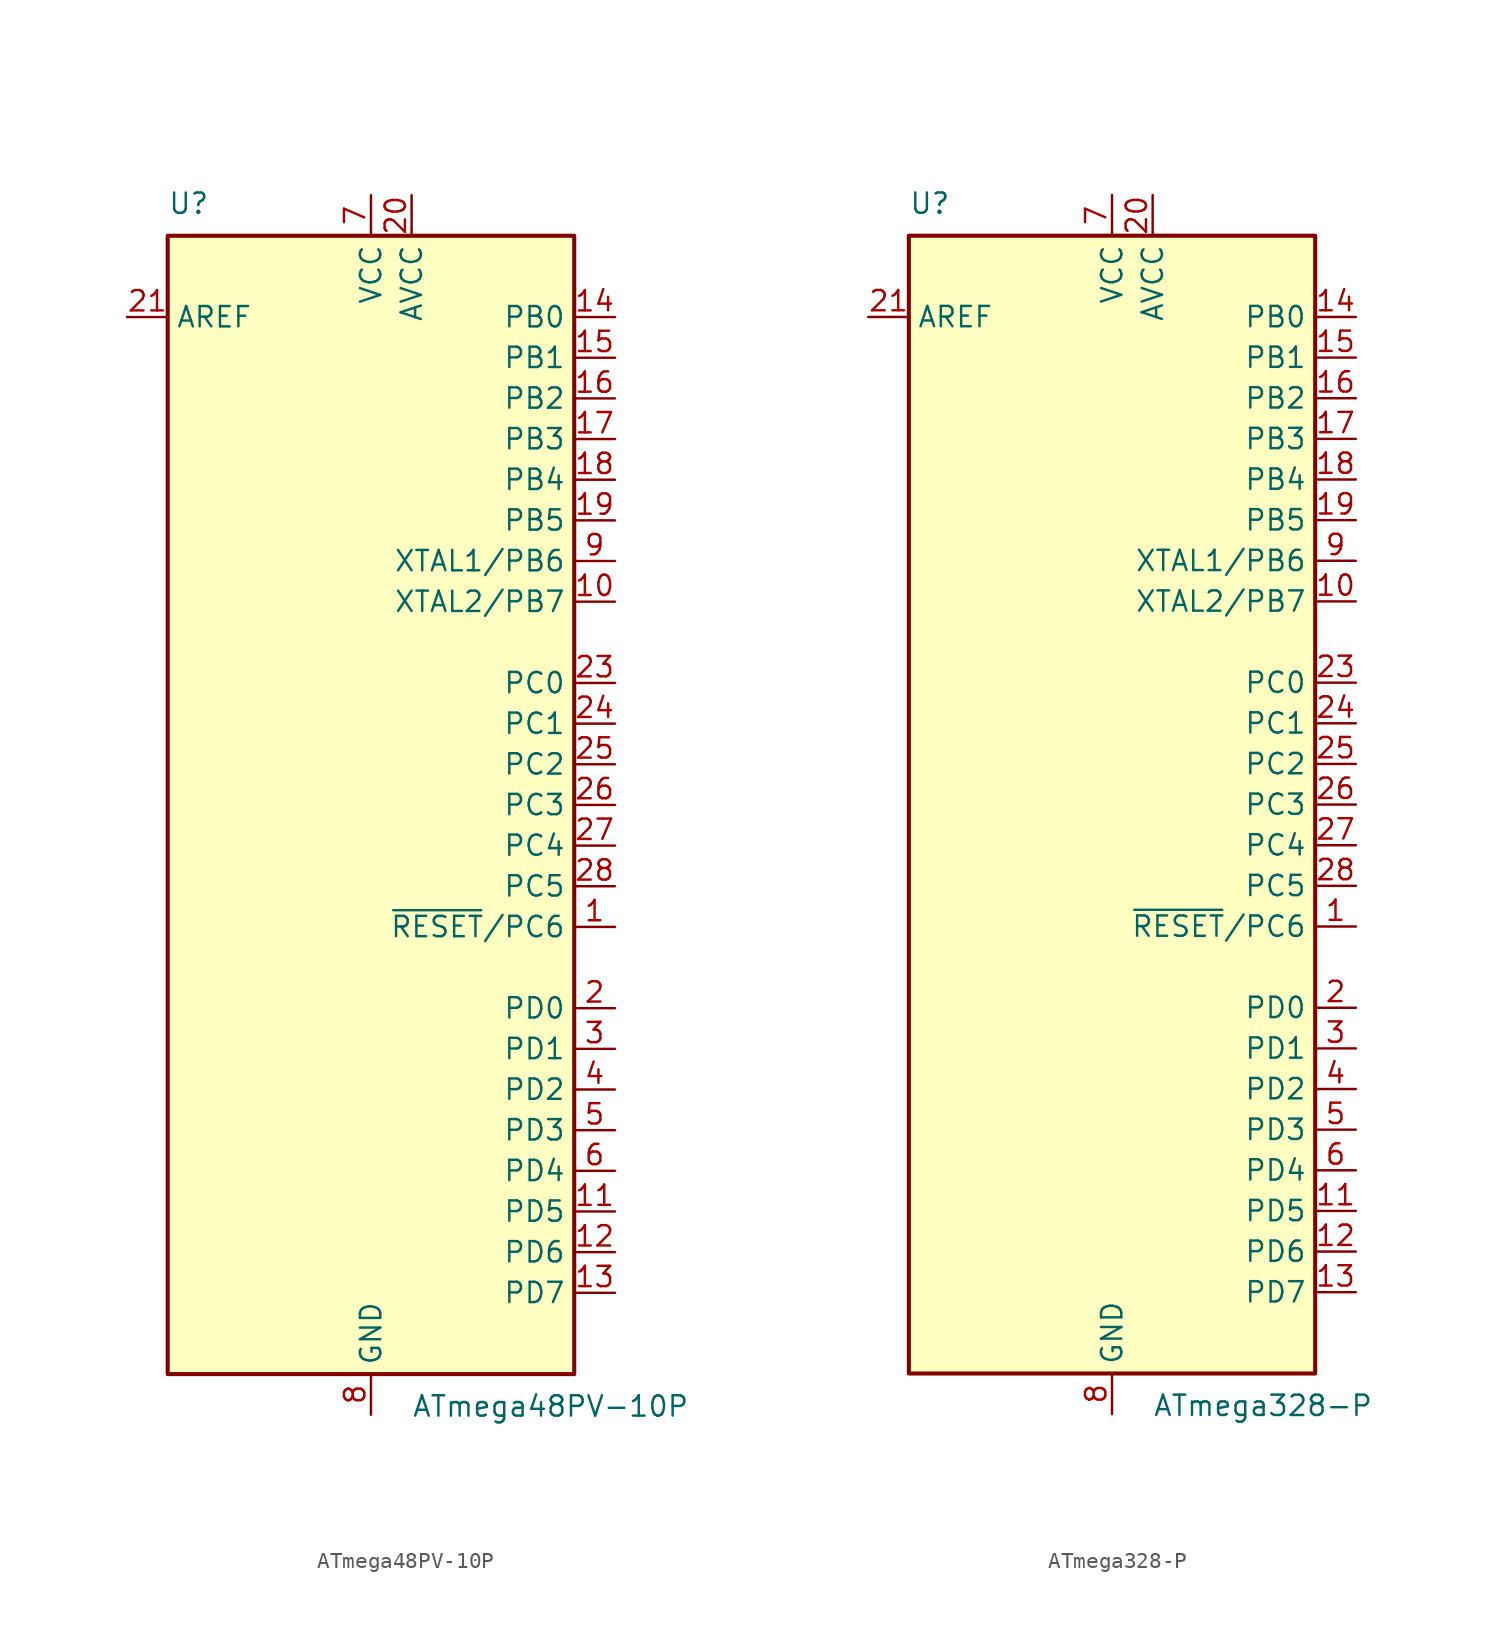
<source format=kicad_sym>
(kicad_symbol_lib
  (version 20231120)
  (generator "kicad_symbol_editor")
  (generator_version "8.0")
  (symbol "ATmega48PV-10P"
    (property "Reference" "U"
      (at -12.7 36.83 0)
      (effects (font (size 1.27 1.27)) (justify left bottom)))
    (property "Value" "ATmega48PV-10P"
      (at 2.54 -36.83 0)
      (effects (font (size 1.27 1.27)) (justify left top)))
    (symbol "ATmega48PV-10P_0_1"
      (rectangle (start -12.7 -35.56) (end 12.7 35.56) (stroke (width 0.254) (type default)) (fill (type background))))
    (symbol "ATmega48PV-10P_1_1"
      (pin bidirectional line (at 15.24 -7.62 180) (length 2.54) (name "~{RESET}/PC6" (effects (font (size 1.27 1.27)))) (number "1" (effects (font (size 1.27 1.27)))))
      (pin bidirectional line (at 15.24 12.7 180) (length 2.54) (name "XTAL2/PB7" (effects (font (size 1.27 1.27)))) (number "10" (effects (font (size 1.27 1.27)))))
      (pin bidirectional line (at 15.24 -25.4 180) (length 2.54) (name "PD5" (effects (font (size 1.27 1.27)))) (number "11" (effects (font (size 1.27 1.27)))))
      (pin bidirectional line (at 15.24 -27.94 180) (length 2.54) (name "PD6" (effects (font (size 1.27 1.27)))) (number "12" (effects (font (size 1.27 1.27)))))
      (pin bidirectional line (at 15.24 -30.48 180) (length 2.54) (name "PD7" (effects (font (size 1.27 1.27)))) (number "13" (effects (font (size 1.27 1.27)))))
      (pin bidirectional line (at 15.24 30.48 180) (length 2.54) (name "PB0" (effects (font (size 1.27 1.27)))) (number "14" (effects (font (size 1.27 1.27)))))
      (pin bidirectional line (at 15.24 27.94 180) (length 2.54) (name "PB1" (effects (font (size 1.27 1.27)))) (number "15" (effects (font (size 1.27 1.27)))))
      (pin bidirectional line (at 15.24 25.4 180) (length 2.54) (name "PB2" (effects (font (size 1.27 1.27)))) (number "16" (effects (font (size 1.27 1.27)))))
      (pin bidirectional line (at 15.24 22.86 180) (length 2.54) (name "PB3" (effects (font (size 1.27 1.27)))) (number "17" (effects (font (size 1.27 1.27)))))
      (pin bidirectional line (at 15.24 20.32 180) (length 2.54) (name "PB4" (effects (font (size 1.27 1.27)))) (number "18" (effects (font (size 1.27 1.27)))))
      (pin bidirectional line (at 15.24 17.78 180) (length 2.54) (name "PB5" (effects (font (size 1.27 1.27)))) (number "19" (effects (font (size 1.27 1.27)))))
      (pin bidirectional line (at 15.24 -12.7 180) (length 2.54) (name "PD0" (effects (font (size 1.27 1.27)))) (number "2" (effects (font (size 1.27 1.27)))))
      (pin power_in line (at 2.54 38.1 270) (length 2.54) (name "AVCC" (effects (font (size 1.27 1.27)))) (number "20" (effects (font (size 1.27 1.27)))))
      (pin passive line (at -15.24 30.48 0) (length 2.54) (name "AREF" (effects (font (size 1.27 1.27)))) (number "21" (effects (font (size 1.27 1.27)))))
      (pin passive line (at 0 -38.1 90) (length 2.54) hide (name "GND" (effects (font (size 1.27 1.27)))) (number "22" (effects (font (size 1.27 1.27)))))
      (pin bidirectional line (at 15.24 7.62 180) (length 2.54) (name "PC0" (effects (font (size 1.27 1.27)))) (number "23" (effects (font (size 1.27 1.27)))))
      (pin bidirectional line (at 15.24 5.08 180) (length 2.54) (name "PC1" (effects (font (size 1.27 1.27)))) (number "24" (effects (font (size 1.27 1.27)))))
      (pin bidirectional line (at 15.24 2.54 180) (length 2.54) (name "PC2" (effects (font (size 1.27 1.27)))) (number "25" (effects (font (size 1.27 1.27)))))
      (pin bidirectional line (at 15.24 0 180) (length 2.54) (name "PC3" (effects (font (size 1.27 1.27)))) (number "26" (effects (font (size 1.27 1.27)))))
      (pin bidirectional line (at 15.24 -2.54 180) (length 2.54) (name "PC4" (effects (font (size 1.27 1.27)))) (number "27" (effects (font (size 1.27 1.27)))))
      (pin bidirectional line (at 15.24 -5.08 180) (length 2.54) (name "PC5" (effects (font (size 1.27 1.27)))) (number "28" (effects (font (size 1.27 1.27)))))
      (pin bidirectional line (at 15.24 -15.24 180) (length 2.54) (name "PD1" (effects (font (size 1.27 1.27)))) (number "3" (effects (font (size 1.27 1.27)))))
      (pin bidirectional line (at 15.24 -17.78 180) (length 2.54) (name "PD2" (effects (font (size 1.27 1.27)))) (number "4" (effects (font (size 1.27 1.27)))))
      (pin bidirectional line (at 15.24 -20.32 180) (length 2.54) (name "PD3" (effects (font (size 1.27 1.27)))) (number "5" (effects (font (size 1.27 1.27)))))
      (pin bidirectional line (at 15.24 -22.86 180) (length 2.54) (name "PD4" (effects (font (size 1.27 1.27)))) (number "6" (effects (font (size 1.27 1.27)))))
      (pin power_in line (at 0 38.1 270) (length 2.54) (name "VCC" (effects (font (size 1.27 1.27)))) (number "7" (effects (font (size 1.27 1.27)))))
      (pin power_in line (at 0 -38.1 90) (length 2.54) (name "GND" (effects (font (size 1.27 1.27)))) (number "8" (effects (font (size 1.27 1.27)))))
      (pin bidirectional line (at 15.24 15.24 180) (length 2.54) (name "XTAL1/PB6" (effects (font (size 1.27 1.27)))) (number "9" (effects (font (size 1.27 1.27)))))))
  (symbol "ATmega328-P"
    (property "Reference" "U"
      (at -12.7 36.83 0)
      (effects (font (size 1.27 1.27)) (justify left bottom)))
    (property "Value" "ATmega328-P"
      (at 2.54 -36.83 0)
      (effects (font (size 1.27 1.27)) (justify left top)))
    (symbol "ATmega328-P_0_1"
      (rectangle (start -12.7 -35.56) (end 12.7 35.56) (stroke (width 0.254) (type default)) (fill (type background))))
    (symbol "ATmega328-P_1_1"
      (pin bidirectional line (at 15.24 -7.62 180) (length 2.54) (name "~{RESET}/PC6" (effects (font (size 1.27 1.27)))) (number "1" (effects (font (size 1.27 1.27)))))
      (pin bidirectional line (at 15.24 12.7 180) (length 2.54) (name "XTAL2/PB7" (effects (font (size 1.27 1.27)))) (number "10" (effects (font (size 1.27 1.27)))))
      (pin bidirectional line (at 15.24 -25.4 180) (length 2.54) (name "PD5" (effects (font (size 1.27 1.27)))) (number "11" (effects (font (size 1.27 1.27)))))
      (pin bidirectional line (at 15.24 -27.94 180) (length 2.54) (name "PD6" (effects (font (size 1.27 1.27)))) (number "12" (effects (font (size 1.27 1.27)))))
      (pin bidirectional line (at 15.24 -30.48 180) (length 2.54) (name "PD7" (effects (font (size 1.27 1.27)))) (number "13" (effects (font (size 1.27 1.27)))))
      (pin bidirectional line (at 15.24 30.48 180) (length 2.54) (name "PB0" (effects (font (size 1.27 1.27)))) (number "14" (effects (font (size 1.27 1.27)))))
      (pin bidirectional line (at 15.24 27.94 180) (length 2.54) (name "PB1" (effects (font (size 1.27 1.27)))) (number "15" (effects (font (size 1.27 1.27)))))
      (pin bidirectional line (at 15.24 25.4 180) (length 2.54) (name "PB2" (effects (font (size 1.27 1.27)))) (number "16" (effects (font (size 1.27 1.27)))))
      (pin bidirectional line (at 15.24 22.86 180) (length 2.54) (name "PB3" (effects (font (size 1.27 1.27)))) (number "17" (effects (font (size 1.27 1.27)))))
      (pin bidirectional line (at 15.24 20.32 180) (length 2.54) (name "PB4" (effects (font (size 1.27 1.27)))) (number "18" (effects (font (size 1.27 1.27)))))
      (pin bidirectional line (at 15.24 17.78 180) (length 2.54) (name "PB5" (effects (font (size 1.27 1.27)))) (number "19" (effects (font (size 1.27 1.27)))))
      (pin bidirectional line (at 15.24 -12.7 180) (length 2.54) (name "PD0" (effects (font (size 1.27 1.27)))) (number "2" (effects (font (size 1.27 1.27)))))
      (pin power_in line (at 2.54 38.1 270) (length 2.54) (name "AVCC" (effects (font (size 1.27 1.27)))) (number "20" (effects (font (size 1.27 1.27)))))
      (pin passive line (at -15.24 30.48 0) (length 2.54) (name "AREF" (effects (font (size 1.27 1.27)))) (number "21" (effects (font (size 1.27 1.27)))))
      (pin passive line (at 0 -38.1 90) (length 2.54) hide (name "GND" (effects (font (size 1.27 1.27)))) (number "22" (effects (font (size 1.27 1.27)))))
      (pin bidirectional line (at 15.24 7.62 180) (length 2.54) (name "PC0" (effects (font (size 1.27 1.27)))) (number "23" (effects (font (size 1.27 1.27)))))
      (pin bidirectional line (at 15.24 5.08 180) (length 2.54) (name "PC1" (effects (font (size 1.27 1.27)))) (number "24" (effects (font (size 1.27 1.27)))))
      (pin bidirectional line (at 15.24 2.54 180) (length 2.54) (name "PC2" (effects (font (size 1.27 1.27)))) (number "25" (effects (font (size 1.27 1.27)))))
      (pin bidirectional line (at 15.24 0 180) (length 2.54) (name "PC3" (effects (font (size 1.27 1.27)))) (number "26" (effects (font (size 1.27 1.27)))))
      (pin bidirectional line (at 15.24 -2.54 180) (length 2.54) (name "PC4" (effects (font (size 1.27 1.27)))) (number "27" (effects (font (size 1.27 1.27)))))
      (pin bidirectional line (at 15.24 -5.08 180) (length 2.54) (name "PC5" (effects (font (size 1.27 1.27)))) (number "28" (effects (font (size 1.27 1.27)))))
      (pin bidirectional line (at 15.24 -15.24 180) (length 2.54) (name "PD1" (effects (font (size 1.27 1.27)))) (number "3" (effects (font (size 1.27 1.27)))))
      (pin bidirectional line (at 15.24 -17.78 180) (length 2.54) (name "PD2" (effects (font (size 1.27 1.27)))) (number "4" (effects (font (size 1.27 1.27)))))
      (pin bidirectional line (at 15.24 -20.32 180) (length 2.54) (name "PD3" (effects (font (size 1.27 1.27)))) (number "5" (effects (font (size 1.27 1.27)))))
      (pin bidirectional line (at 15.24 -22.86 180) (length 2.54) (name "PD4" (effects (font (size 1.27 1.27)))) (number "6" (effects (font (size 1.27 1.27)))))
      (pin power_in line (at 0 38.1 270) (length 2.54) (name "VCC" (effects (font (size 1.27 1.27)))) (number "7" (effects (font (size 1.27 1.27)))))
      (pin power_in line (at 0 -38.1 90) (length 2.54) (name "GND" (effects (font (size 1.27 1.27)))) (number "8" (effects (font (size 1.27 1.27)))))
      (pin bidirectional line (at 15.24 15.24 180) (length 2.54) (name "XTAL1/PB6" (effects (font (size 1.27 1.27)))) (number "9" (effects (font (size 1.27 1.27))))))))
</source>
